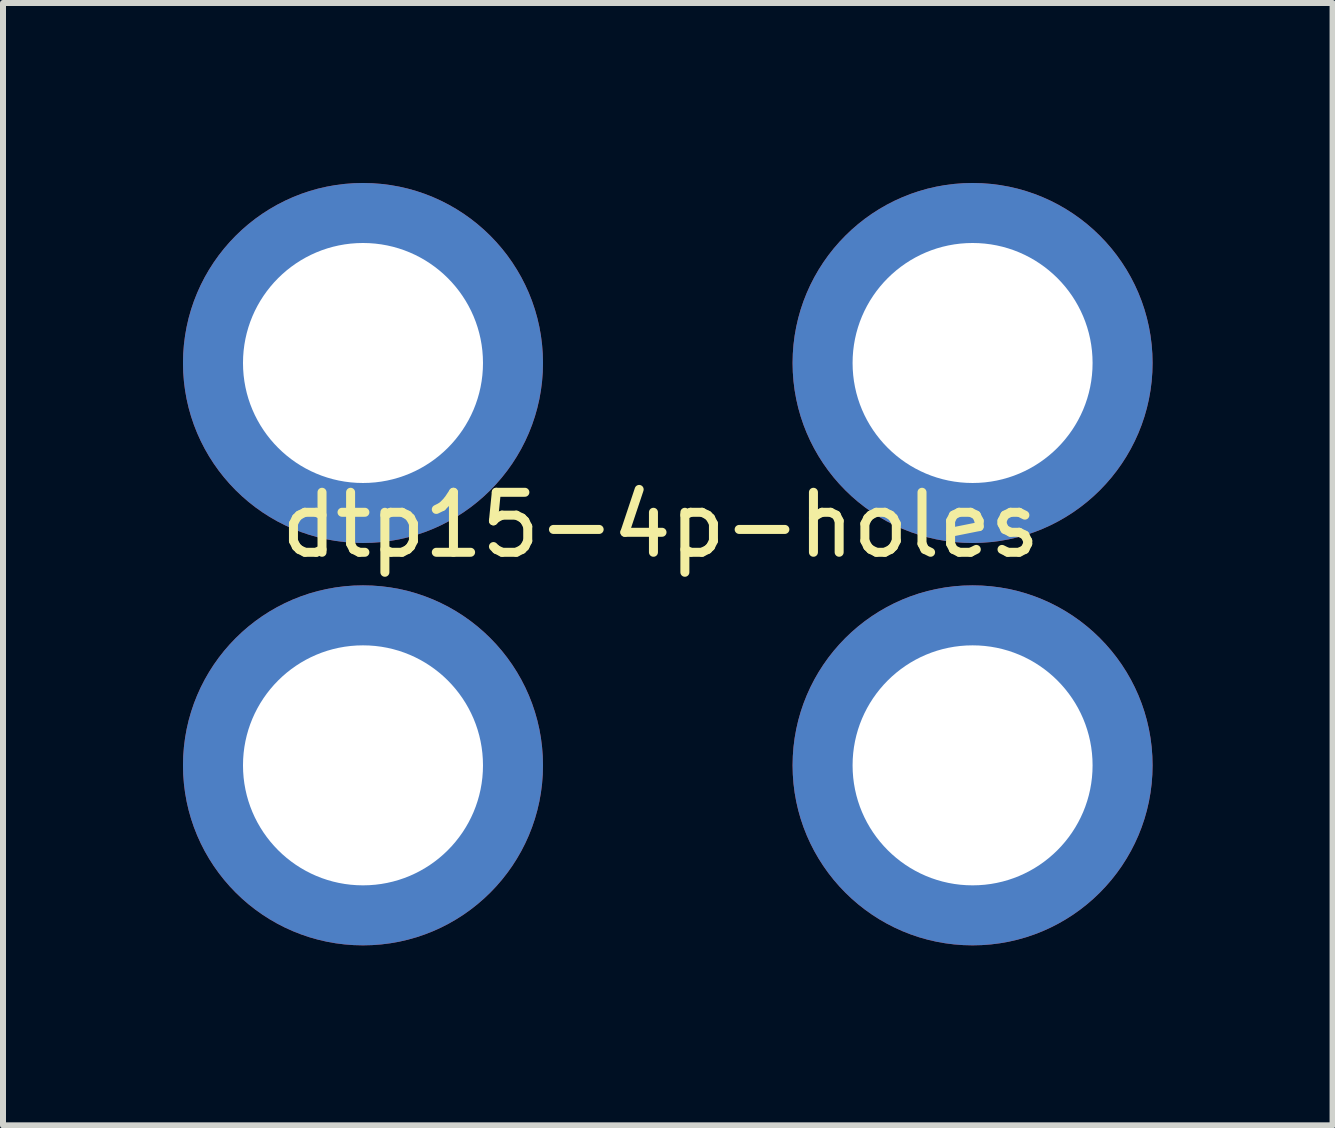
<source format=kicad_pcb>
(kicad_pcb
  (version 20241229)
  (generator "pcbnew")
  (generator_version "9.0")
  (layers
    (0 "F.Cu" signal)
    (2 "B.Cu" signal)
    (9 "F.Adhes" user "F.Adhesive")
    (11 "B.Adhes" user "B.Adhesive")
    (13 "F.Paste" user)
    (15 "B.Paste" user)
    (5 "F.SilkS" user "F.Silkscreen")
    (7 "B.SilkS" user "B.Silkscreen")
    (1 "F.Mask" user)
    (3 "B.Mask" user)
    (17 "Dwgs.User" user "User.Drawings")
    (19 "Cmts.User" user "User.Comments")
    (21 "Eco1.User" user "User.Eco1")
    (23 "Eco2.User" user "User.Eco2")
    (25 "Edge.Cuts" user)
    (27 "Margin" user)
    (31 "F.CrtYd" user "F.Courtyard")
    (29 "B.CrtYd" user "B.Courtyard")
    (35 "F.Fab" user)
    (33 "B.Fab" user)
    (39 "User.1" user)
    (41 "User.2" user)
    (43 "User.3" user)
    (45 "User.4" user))
  (footprint "dtp15-4p-holes"
    (layer "F.Cu")
    (at 7.96 6.2)
    (property "Reference" "dtp15-4p-holes" (at 0 -0.5 0) (unlocked yes) (layer "F.SilkS") (effects (font (size 1 1) (thickness 0.15))))
    (attr through_hole)
    (pad "1" thru_hole circle (at 5.2 -3.2) (size 6 6) (drill 4) (layers "*.Cu" "*.Mask"))
    (pad "2" thru_hole circle (at 5.2 3.506) (size 6 6) (drill 4) (layers "*.Cu" "*.Mask"))
    (pad "3" thru_hole circle (at -4.96 3.506) (size 6 6) (drill 4) (layers "*.Cu" "*.Mask"))
    (pad "4" thru_hole circle (at -4.96 -3.2) (size 6 6) (drill 4) (layers "*.Cu" "*.Mask")))
  (gr_rect
    (start -3 -3)
    (end 19.16 15.706)
    (stroke (width 0.1) (type default))
    (fill no)
    (layer "Edge.Cuts")))
</source>
